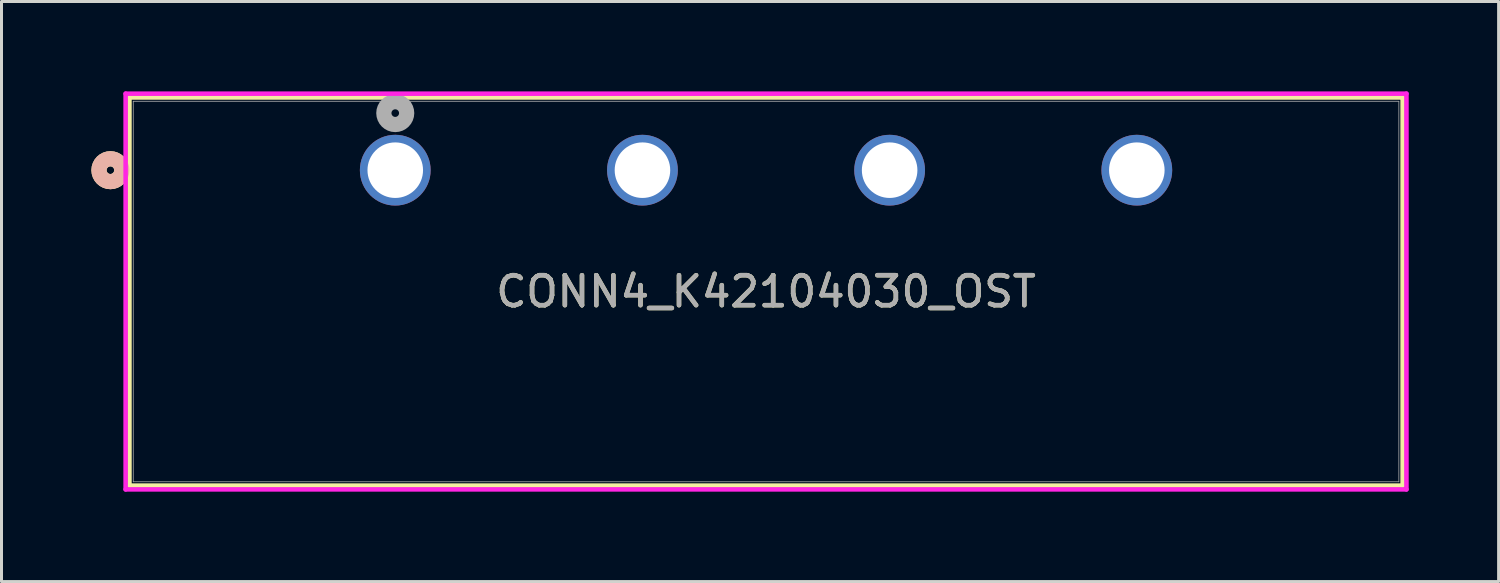
<source format=kicad_pcb>
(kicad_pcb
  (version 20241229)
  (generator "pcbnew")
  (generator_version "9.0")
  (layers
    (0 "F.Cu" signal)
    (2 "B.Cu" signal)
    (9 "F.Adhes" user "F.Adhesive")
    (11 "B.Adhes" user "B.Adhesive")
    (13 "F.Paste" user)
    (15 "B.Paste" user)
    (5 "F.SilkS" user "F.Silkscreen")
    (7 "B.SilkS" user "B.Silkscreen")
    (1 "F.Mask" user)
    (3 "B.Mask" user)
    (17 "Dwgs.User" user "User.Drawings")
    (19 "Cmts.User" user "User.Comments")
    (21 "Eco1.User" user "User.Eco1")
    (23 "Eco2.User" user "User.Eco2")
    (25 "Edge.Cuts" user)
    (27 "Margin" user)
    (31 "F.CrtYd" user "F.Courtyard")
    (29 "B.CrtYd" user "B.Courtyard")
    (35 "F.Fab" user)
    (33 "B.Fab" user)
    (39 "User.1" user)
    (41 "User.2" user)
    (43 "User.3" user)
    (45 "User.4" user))
  (footprint "CONN4_K42104030_OST"
    (layer "F.Cu")
    (at 10.142 2.63)
    (property "Reference" "CONN4_K42104030_OST" (at 12.375 4.05 0) (unlocked yes) (layer "F.SilkS") (effects (font (size 1 1) (thickness 0.15))))
    (attr through_hole)
    (fp_line (start -8.872 -2.427) (end -8.872 10.527) (stroke (width 0.152) (type solid)) (layer "F.SilkS"))
    (fp_line (start -8.872 10.527) (end 33.622 10.527) (stroke (width 0.152) (type solid)) (layer "F.SilkS"))
    (fp_line (start 33.622 -2.427) (end -8.872 -2.427) (stroke (width 0.152) (type solid)) (layer "F.SilkS"))
    (fp_line (start 33.622 10.527) (end 33.622 -2.427) (stroke (width 0.152) (type solid)) (layer "F.SilkS"))
    (fp_circle (center -9.507 0) (end -9.126 0) (stroke (width 0.508) (type solid)) (fill no) (layer "F.SilkS"))
    (fp_circle (center -9.507 0) (end -9.126 0) (stroke (width 0.508) (type solid)) (fill no) (layer "B.SilkS"))
    (fp_line (start -8.999 -2.554) (end -8.999 10.654) (stroke (width 0.152) (type solid)) (layer "F.CrtYd"))
    (fp_line (start -8.999 10.654) (end 33.749 10.654) (stroke (width 0.152) (type solid)) (layer "F.CrtYd"))
    (fp_line (start 33.749 -2.554) (end -8.999 -2.554) (stroke (width 0.152) (type solid)) (layer "F.CrtYd"))
    (fp_line (start 33.749 10.654) (end 33.749 -2.554) (stroke (width 0.152) (type solid)) (layer "F.CrtYd"))
    (fp_line (start -8.745 -2.3) (end -8.745 10.4) (stroke (width 0.025) (type solid)) (layer "F.Fab"))
    (fp_line (start -8.745 10.4) (end 33.495 10.4) (stroke (width 0.025) (type solid)) (layer "F.Fab"))
    (fp_line (start 33.495 -2.3) (end -8.745 -2.3) (stroke (width 0.025) (type solid)) (layer "F.Fab"))
    (fp_line (start 33.495 10.4) (end 33.495 -2.3) (stroke (width 0.025) (type solid)) (layer "F.Fab"))
    (fp_circle (center 0 -1.905) (end 0.381 -1.905) (stroke (width 0.508) (type solid)) (fill no) (layer "F.Fab"))
    (fp_text user "${REFERENCE}" (at 12.375 4.05 0) (unlocked yes) (layer "F.Fab") (effects (font (size 1 1) (thickness 0.15))))
    (pad "1" thru_hole circle (at 0 0) (size 2.362 2.362) (drill 1.854) (layers "*.Cu" "*.Mask"))
    (pad "2" thru_hole circle (at 8.25 0) (size 2.362 2.362) (drill 1.854) (layers "*.Cu" "*.Mask"))
    (pad "3" thru_hole circle (at 16.5 0) (size 2.362 2.362) (drill 1.854) (layers "*.Cu" "*.Mask"))
    (pad "4" thru_hole circle (at 24.75 0) (size 2.362 2.362) (drill 1.854) (layers "*.Cu" "*.Mask")))
  (gr_rect
    (start -3 -3)
    (end 46.967 16.36)
    (stroke (width 0.1) (type default))
    (fill no)
    (layer "Edge.Cuts")))
</source>
